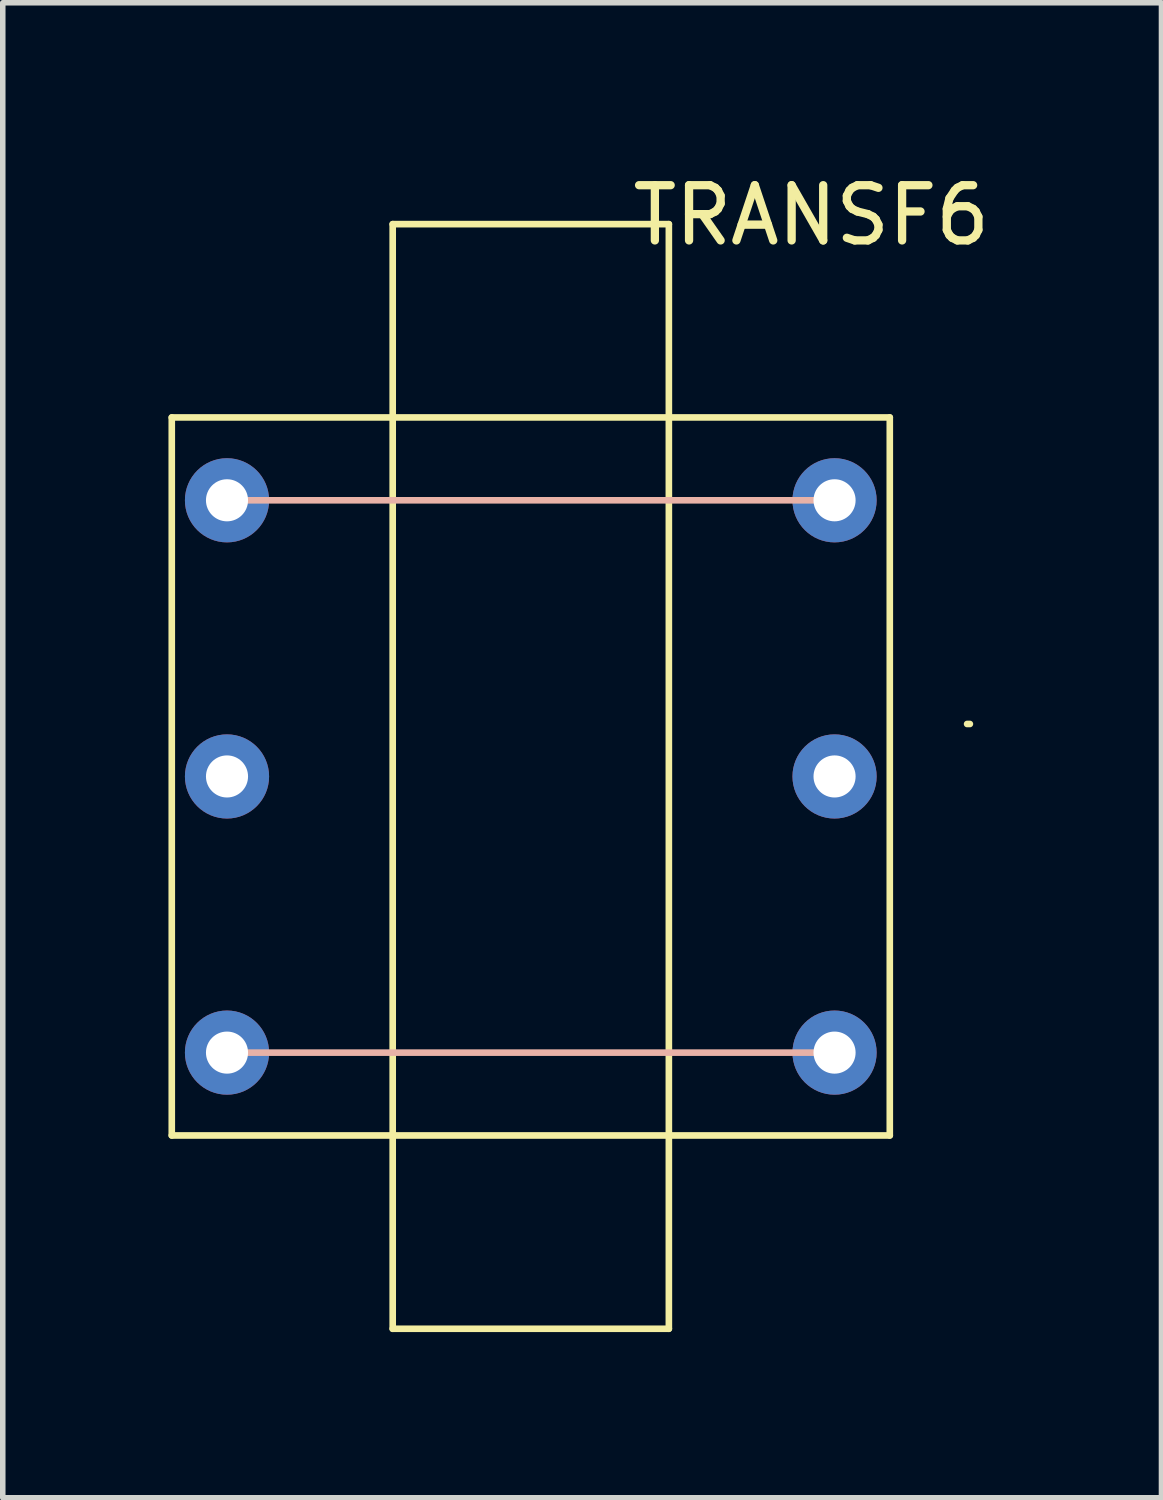
<source format=kicad_pcb>
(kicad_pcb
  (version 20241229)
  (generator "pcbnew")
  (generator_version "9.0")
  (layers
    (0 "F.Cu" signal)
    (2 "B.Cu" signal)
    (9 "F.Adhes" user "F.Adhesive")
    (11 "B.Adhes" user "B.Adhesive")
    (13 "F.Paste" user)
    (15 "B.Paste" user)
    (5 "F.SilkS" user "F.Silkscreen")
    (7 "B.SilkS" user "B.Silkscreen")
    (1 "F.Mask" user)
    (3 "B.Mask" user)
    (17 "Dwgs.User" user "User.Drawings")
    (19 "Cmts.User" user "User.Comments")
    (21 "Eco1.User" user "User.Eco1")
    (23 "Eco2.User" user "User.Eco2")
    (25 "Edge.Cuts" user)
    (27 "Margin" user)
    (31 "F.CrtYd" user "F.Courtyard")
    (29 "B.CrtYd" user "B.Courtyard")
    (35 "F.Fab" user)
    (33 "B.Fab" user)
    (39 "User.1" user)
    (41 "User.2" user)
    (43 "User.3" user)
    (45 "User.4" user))
  (footprint "TRANSF6"
    (layer "F.Cu")
    (at 6.56 11.008)
    (property "Reference" "TRANSF6" (at 5.08 -10.16 0) (layer "F.SilkS") (effects (font (size 1 1) (thickness 0.15))))
    (attr through_hole)
    (fp_line (start -6.5 -6.5) (end -6.5 6.5) (stroke (width 0.12) (type solid)) (layer "F.SilkS"))
    (fp_line (start -6.5 -6.5) (end 6.5 -6.5) (stroke (width 0.12) (type solid)) (layer "F.SilkS"))
    (fp_line (start -6.5 6.5) (end 6.5 6.5) (stroke (width 0.12) (type solid)) (layer "F.SilkS"))
    (fp_line (start -2.5 -10) (end 2.5 -10) (stroke (width 0.12) (type solid)) (layer "F.SilkS"))
    (fp_line (start -2.5 10) (end -2.5 -10) (stroke (width 0.12) (type solid)) (layer "F.SilkS"))
    (fp_line (start -2.5 10) (end 2.5 10) (stroke (width 0.12) (type solid)) (layer "F.SilkS"))
    (fp_line (start 2.5 -10) (end 2.5 10) (stroke (width 0.12) (type solid)) (layer "F.SilkS"))
    (fp_line (start 6.5 6.5) (end 6.5 -6.5) (stroke (width 0.12) (type solid)) (layer "F.SilkS"))
    (fp_line (start 7.9 -0.95) (end 7.95 -0.95) (stroke (width 0.12) (type solid)) (layer "F.SilkS"))
    (fp_line (start -5.5 -5) (end 5.5 -5) (stroke (width 0.12) (type solid)) (layer "B.SilkS"))
    (fp_line (start 5.5 5) (end -5.5 5) (stroke (width 0.12) (type solid)) (layer "B.SilkS"))
    (pad "1" thru_hole circle (at -5.5 -5) (size 1.524 1.524) (drill 0.762) (layers "*.Cu" "*.Mask"))
    (pad "2" thru_hole circle (at -5.5 0) (size 1.524 1.524) (drill 0.762) (layers "*.Cu" "*.Mask"))
    (pad "3" thru_hole circle (at -5.5 5) (size 1.524 1.524) (drill 0.762) (layers "*.Cu" "*.Mask"))
    (pad "4" thru_hole circle (at 5.5 -5) (size 1.524 1.524) (drill 0.762) (layers "*.Cu" "*.Mask"))
    (pad "5" thru_hole circle (at 5.5 0) (size 1.524 1.524) (drill 0.762) (layers "*.Cu" "*.Mask"))
    (pad "6" thru_hole circle (at 5.5 5) (size 1.524 1.524) (drill 0.762) (layers "*.Cu" "*.Mask")))
  (gr_rect
    (start -3 -3)
    (end 17.979 24.068)
    (stroke (width 0.1) (type default))
    (fill no)
    (layer "Edge.Cuts")))
</source>
